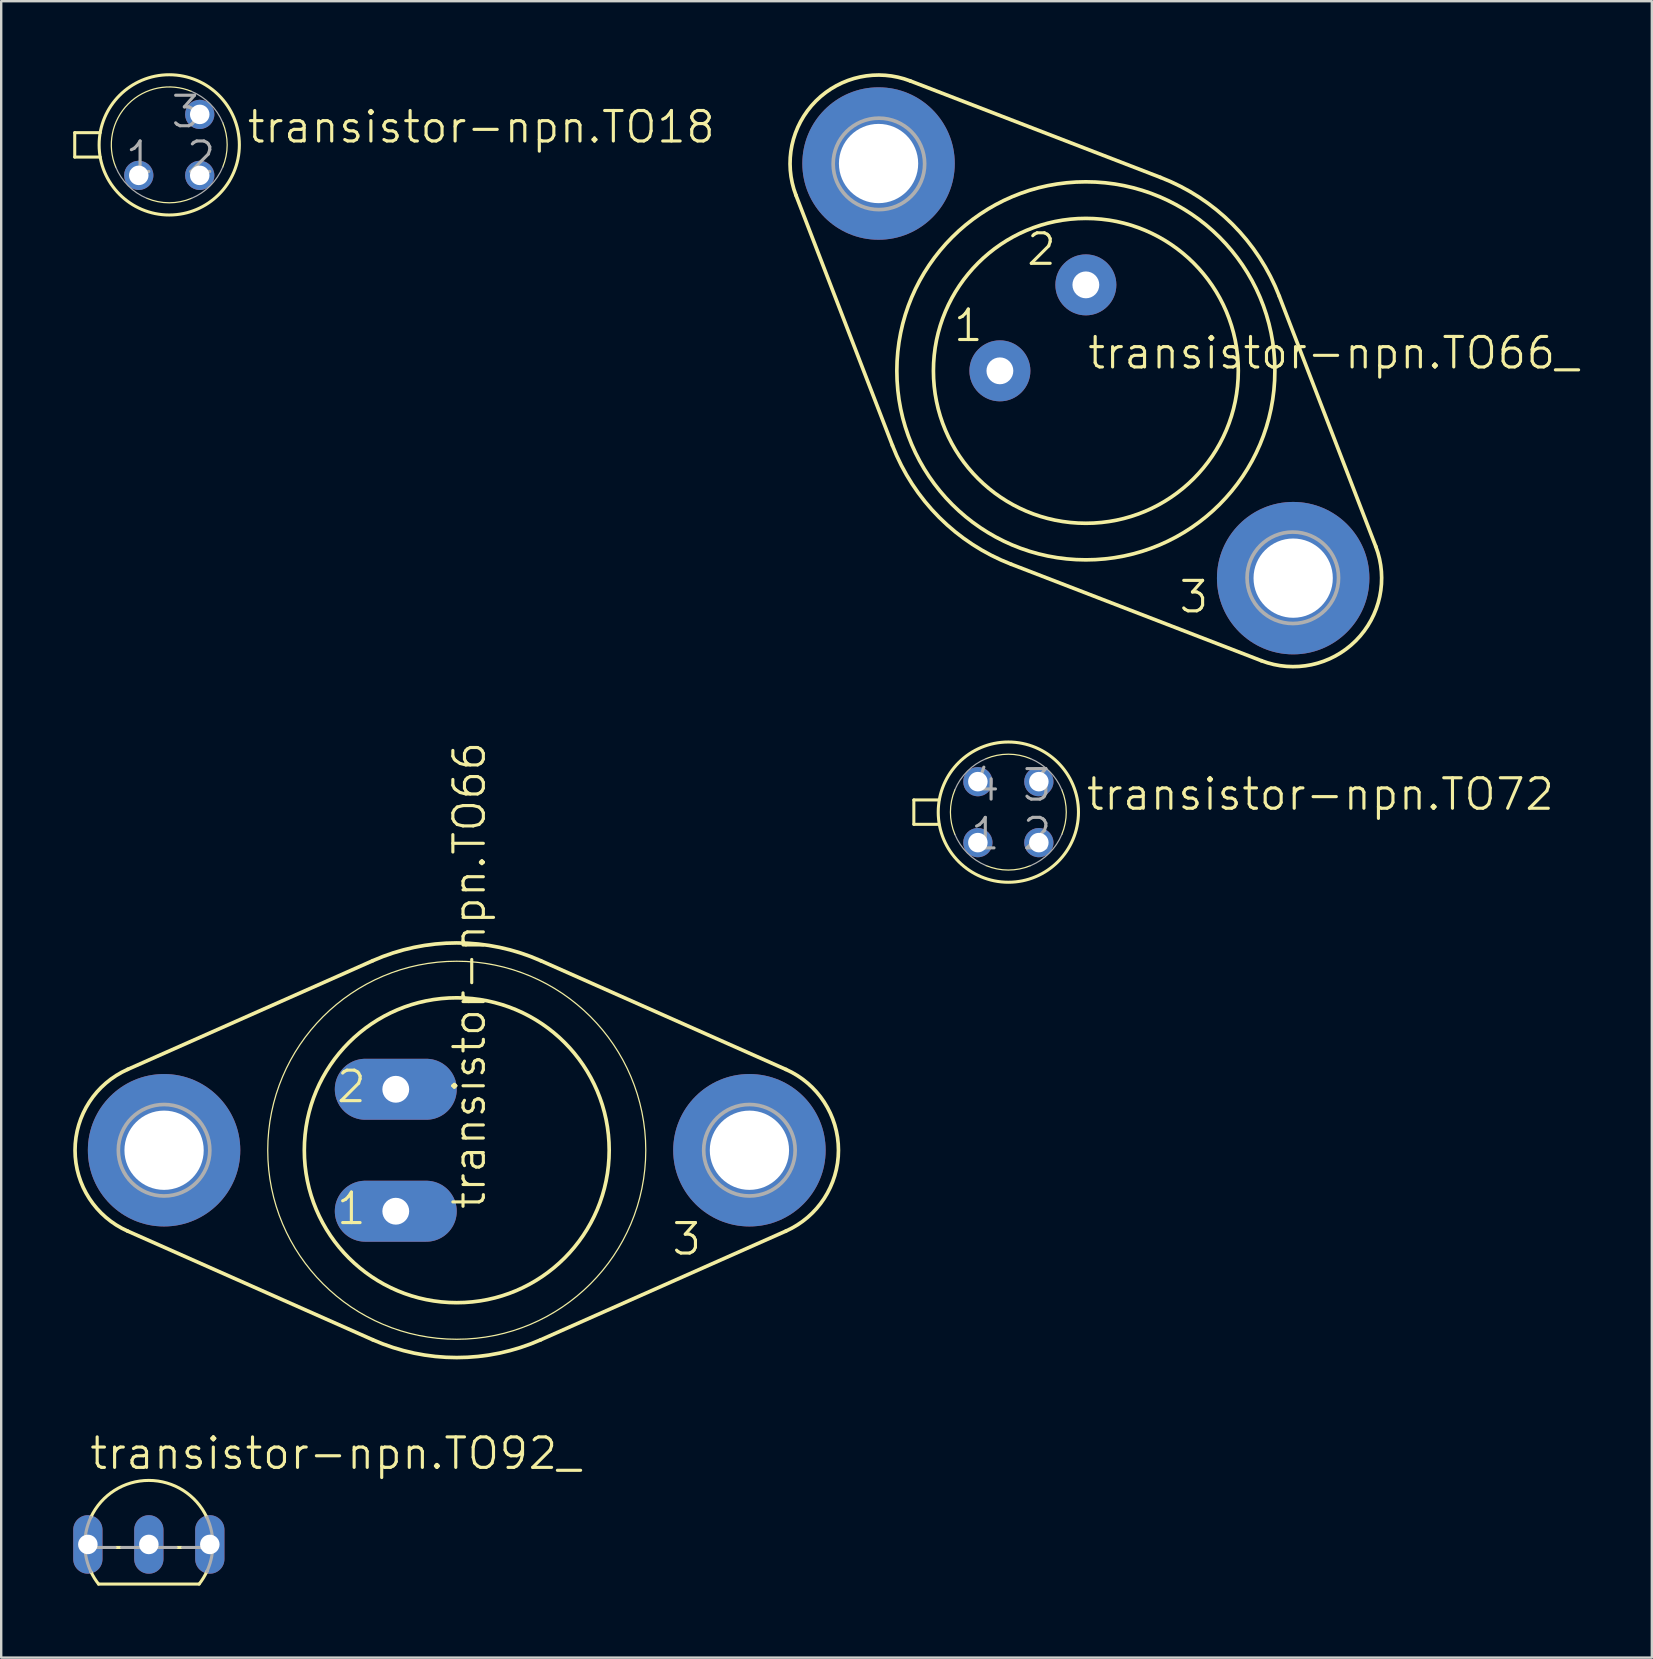
<source format=kicad_pcb>
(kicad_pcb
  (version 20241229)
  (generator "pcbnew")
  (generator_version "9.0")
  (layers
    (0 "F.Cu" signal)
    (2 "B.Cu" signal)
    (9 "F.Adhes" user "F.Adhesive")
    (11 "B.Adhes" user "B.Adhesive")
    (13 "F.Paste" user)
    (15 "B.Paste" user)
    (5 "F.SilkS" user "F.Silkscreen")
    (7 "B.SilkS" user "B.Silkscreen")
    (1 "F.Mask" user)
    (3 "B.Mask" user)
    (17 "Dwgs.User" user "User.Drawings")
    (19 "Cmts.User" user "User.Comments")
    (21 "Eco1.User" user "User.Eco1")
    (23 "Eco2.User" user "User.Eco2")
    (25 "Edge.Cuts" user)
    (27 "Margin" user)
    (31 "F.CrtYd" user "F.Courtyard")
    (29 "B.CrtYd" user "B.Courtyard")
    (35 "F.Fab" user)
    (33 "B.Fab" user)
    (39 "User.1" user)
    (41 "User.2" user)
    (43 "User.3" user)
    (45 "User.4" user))
  (footprint "transistor-npn.TO72"
    (layer "F.Cu")
    (at 38.955 30.781)
    (property "Reference" "transistor-npn.TO72" (at 3.175 0 0) (layer "F.SilkS") (effects (font (size 1.27 1.27) (thickness 0.13)) (justify left bottom)))
    (attr through_hole)
    (fp_line (start -3.937 -0.508) (end -2.896 -0.508) (stroke (width 0.127) (type default)) (layer "F.SilkS"))
    (fp_line (start -3.937 0.508) (end -3.937 -0.508) (stroke (width 0.127) (type default)) (layer "F.SilkS"))
    (fp_line (start -2.896 0.508) (end -3.937 0.508) (stroke (width 0.127) (type default)) (layer "F.SilkS"))
    (fp_arc (start -2.227 0.9289) (mid -2.412962 0) (end -2.227 -0.9289) (stroke (width 0.0508) (type default)) (layer "F.SilkS"))
    (fp_arc (start -0.9289 -2.227) (mid 0 -2.412962) (end 0.9289 -2.227) (stroke (width 0.0508) (type default)) (layer "F.SilkS"))
    (fp_arc (start 0.9289 2.227) (mid 0 2.412962) (end -0.9289 2.227) (stroke (width 0.0508) (type default)) (layer "F.SilkS"))
    (fp_arc (start 2.227 -0.9289) (mid 2.412962 0) (end 2.227 0.9289) (stroke (width 0.0508) (type default)) (layer "F.SilkS"))
    (fp_circle (center 0 0) (end 2.921 0) (stroke (width 0.127) (type default)) (fill no) (layer "F.SilkS"))
    (fp_arc (start -2.227 -0.9289) (mid -1.706222 -1.706222) (end -0.9289 -2.227) (stroke (width 0.0508) (type default)) (layer "F.Fab"))
    (fp_arc (start -0.9289 2.227) (mid -1.706222 1.706222) (end -2.227 0.9289) (stroke (width 0.0508) (type default)) (layer "F.Fab"))
    (fp_arc (start 0.9289 -2.227) (mid 1.706222 -1.706222) (end 2.227 -0.9289) (stroke (width 0.0508) (type default)) (layer "F.Fab"))
    (fp_arc (start 2.227 0.9289) (mid 1.706222 1.706222) (end 0.9289 2.227) (stroke (width 0.0508) (type default)) (layer "F.Fab"))
    (fp_text user "2" (at 0.508 1.651 0) (layer "F.Fab") (effects (font (size 1.27 1.27) (thickness 0.13)) (justify left bottom)))
    (fp_text user "1" (at -1.651 1.651 0) (layer "F.Fab") (effects (font (size 1.27 1.27) (thickness 0.13)) (justify left bottom)))
    (fp_text user "3" (at 0.508 -0.381 0) (layer "F.Fab") (effects (font (size 1.27 1.27) (thickness 0.13)) (justify left bottom)))
    (fp_text user "4" (at -1.651 -0.381 0) (layer "F.Fab") (effects (font (size 1.27 1.27) (thickness 0.13)) (justify left bottom)))
    (pad "1" thru_hole circle (at -1.27 1.27) (size 1.219 1.219) (drill 0.813) (layers "*.Cu" "*.Mask"))
    (pad "2" thru_hole circle (at 1.27 1.27) (size 1.219 1.219) (drill 0.813) (layers "*.Cu" "*.Mask"))
    (pad "3" thru_hole circle (at 1.27 -1.27) (size 1.219 1.219) (drill 0.813) (layers "*.Cu" "*.Mask"))
    (pad "4" thru_hole circle (at -1.27 -1.27) (size 1.219 1.219) (drill 0.813) (layers "*.Cu" "*.Mask")))
  (footprint "transistor-npn.TO66"
    (layer "F.Cu")
    (at 15.977 44.866)
    (property "Reference" "transistor-npn.TO66" (at 1.27 2.54 90) (layer "F.SilkS") (effects (font (size 1.27 1.27) (thickness 0.13)) (justify left bottom)))
    (attr through_hole)
    (fp_line (start -3.501 -7.895) (end -13.711 -3.367) (stroke (width 0.152) (type default)) (layer "F.SilkS"))
    (fp_line (start -3.501 7.895) (end -13.711 3.367) (stroke (width 0.152) (type default)) (layer "F.SilkS"))
    (fp_line (start 3.501 -7.895) (end 13.711 -3.367) (stroke (width 0.152) (type default)) (layer "F.SilkS"))
    (fp_line (start 3.501 7.895) (end 13.711 3.367) (stroke (width 0.152) (type default)) (layer "F.SilkS"))
    (fp_arc (start -13.711 3.367) (mid -15.900936 0.0002) (end -13.711 -3.3666) (stroke (width 0.1524) (type default)) (layer "F.SilkS"))
    (fp_arc (start -3.501 -7.895) (mid 0.0001 -8.636519) (end 3.5012 -7.895) (stroke (width 0.1524) (type default)) (layer "F.SilkS"))
    (fp_arc (start 3.5012 7.895) (mid 0.0001 8.636519) (end -3.501 7.895) (stroke (width 0.1524) (type default)) (layer "F.SilkS"))
    (fp_arc (start 13.711 -3.3666) (mid 15.900936 0.0002) (end 13.711 3.367) (stroke (width 0.1524) (type default)) (layer "F.SilkS"))
    (fp_circle (center 0 0) (end 6.35 0) (stroke (width 0.152) (type default)) (fill no) (layer "F.SilkS"))
    (fp_circle (center 0 0) (end 7.874 0) (stroke (width 0.051) (type default)) (fill no) (layer "F.SilkS"))
    (fp_circle (center -12.192 0) (end -10.287 0) (stroke (width 0.152) (type default)) (fill no) (layer "F.Fab"))
    (fp_circle (center 12.192 0) (end 14.097 0) (stroke (width 0.152) (type default)) (fill no) (layer "F.Fab"))
    (fp_text user "3" (at 8.89 4.445 0) (layer "F.SilkS") (effects (font (size 1.27 1.27) (thickness 0.13)) (justify left bottom)))
    (fp_text user "2" (at -5.08 -1.905 0) (layer "F.SilkS") (effects (font (size 1.27 1.27) (thickness 0.13)) (justify left bottom)))
    (fp_text user "1" (at -5.08 3.175 0) (layer "F.SilkS") (effects (font (size 1.27 1.27) (thickness 0.13)) (justify left bottom)))
    (pad "1" thru_hole oval (at -2.54 2.54) (size 5.08 2.54) (drill 1.118) (layers "*.Cu" "*.Mask"))
    (pad "2" thru_hole oval (at -2.54 -2.54) (size 5.08 2.54) (drill 1.118) (layers "*.Cu" "*.Mask"))
    (pad "3" thru_hole circle (at 12.192 0) (size 6.35 6.35) (drill 3.302) (layers "*.Cu" "*.Mask"))
    (pad "TO66" thru_hole circle (at -12.192 0) (size 6.35 6.35) (drill 3.302) (layers "*.Cu" "*.Mask")))
  (footprint "transistor-npn.TO18"
    (layer "F.Cu")
    (at 4 2.985)
    (property "Reference" "transistor-npn.TO18" (at 3.175 0 0) (layer "F.SilkS") (effects (font (size 1.27 1.27) (thickness 0.13)) (justify left bottom)))
    (attr through_hole)
    (fp_line (start -3.937 -0.508) (end -2.877 -0.508) (stroke (width 0.127) (type default)) (layer "F.SilkS"))
    (fp_line (start -3.937 0.508) (end -3.937 -0.508) (stroke (width 0.127) (type default)) (layer "F.SilkS"))
    (fp_line (start -3.937 0.508) (end -2.877 0.508) (stroke (width 0.127) (type default)) (layer "F.SilkS"))
    (fp_arc (start -2.227 0.9289) (mid -1.706187 -1.706287) (end 0.929 -2.2271) (stroke (width 0.0508) (type default)) (layer "F.SilkS"))
    (fp_arc (start 0.9289 2.227) (mid 0 2.412962) (end -0.9289 2.227) (stroke (width 0.0508) (type default)) (layer "F.SilkS"))
    (fp_arc (start 2.227 -0.9289) (mid 2.412962 0) (end 2.227 0.9289) (stroke (width 0.0508) (type default)) (layer "F.SilkS"))
    (fp_circle (center 0 0) (end 2.921 0) (stroke (width 0.127) (type default)) (fill no) (layer "F.SilkS"))
    (fp_arc (start -0.9289 2.227) (mid -1.706222 1.706222) (end -2.227 0.9289) (stroke (width 0.0508) (type default)) (layer "F.Fab"))
    (fp_arc (start 0.9289 -2.227) (mid 1.706222 -1.706222) (end 2.227 -0.9289) (stroke (width 0.0508) (type default)) (layer "F.Fab"))
    (fp_arc (start 2.227 0.9289) (mid 1.706222 1.706222) (end 0.9289 2.227) (stroke (width 0.0508) (type default)) (layer "F.Fab"))
    (fp_text user "1" (at -1.905 1.27 0) (layer "F.Fab") (effects (font (size 1.27 1.27) (thickness 0.13)) (justify left bottom)))
    (fp_text user "2" (at 0.635 1.27 0) (layer "F.Fab") (effects (font (size 1.27 1.27) (thickness 0.13)) (justify left bottom)))
    (fp_text user "3" (at 0 -0.635 0) (layer "F.Fab") (effects (font (size 1.27 1.27) (thickness 0.13)) (justify left bottom)))
    (pad "1" thru_hole circle (at -1.27 1.27) (size 1.219 1.219) (drill 0.813) (layers "*.Cu" "*.Mask"))
    (pad "2" thru_hole circle (at 1.27 1.27) (size 1.219 1.219) (drill 0.813) (layers "*.Cu" "*.Mask"))
    (pad "3" thru_hole circle (at 1.27 -1.27) (size 1.219 1.219) (drill 0.813) (layers "*.Cu" "*.Mask")))
  (footprint "transistor-npn.TO92_"
    (layer "F.Cu")
    (at 3.15 61.287)
    (property "Reference" "transistor-npn.TO92_" (at -2.54 -3.048 0) (layer "F.SilkS") (effects (font (size 1.27 1.27) (thickness 0.13)) (justify left bottom)))
    (attr through_hole)
    (fp_line (start -2.095 1.651) (end 2.095 1.651) (stroke (width 0.127) (type default)) (layer "F.SilkS"))
    (fp_line (start -1.136 0.127) (end -1.404 0.127) (stroke (width 0.127) (type default)) (layer "F.SilkS"))
    (fp_line (start 1.404 0.127) (end 1.136 0.127) (stroke (width 0.127) (type default)) (layer "F.SilkS"))
    (fp_arc (start -2.413 -1.1359) (mid 0 -2.666985) (end 2.413 -1.1359) (stroke (width 0.127) (type default)) (layer "F.SilkS"))
    (fp_arc (start -2.0945 1.651) (mid -2.268418 1.40252) (end -2.413 1.1359) (stroke (width 0.127) (type default)) (layer "F.SilkS"))
    (fp_arc (start 2.4242 1.1118) (mid 2.275378 1.391201) (end 2.0945 1.651) (stroke (width 0.127) (type default)) (layer "F.SilkS"))
    (fp_line (start -1.404 0.127) (end -2.664 0.127) (stroke (width 0.127) (type default)) (layer "F.Fab"))
    (fp_line (start 1.136 0.127) (end -1.136 0.127) (stroke (width 0.127) (type default)) (layer "F.Fab"))
    (fp_line (start 2.664 0.127) (end 1.404 0.127) (stroke (width 0.127) (type default)) (layer "F.Fab"))
    (fp_arc (start -2.664 0.127) (mid -2.615858 -0.519825) (end -2.413 -1.1359) (stroke (width 0.127) (type default)) (layer "F.Fab"))
    (fp_arc (start -2.413 1.1359) (mid -2.588137 0.643799) (end -2.664 0.127) (stroke (width 0.127) (type default)) (layer "F.Fab"))
    (fp_arc (start 2.413 -1.1359) (mid 2.615858 -0.519825) (end 2.664 0.127) (stroke (width 0.127) (type default)) (layer "F.Fab"))
    (fp_arc (start 2.664 0.127) (mid 2.588137 0.643799) (end 2.413 1.1359) (stroke (width 0.127) (type default)) (layer "F.Fab"))
    (pad "1" thru_hole oval (at 2.54 0 90) (size 2.438 1.219) (drill 0.813) (layers "*.Cu" "*.Mask"))
    (pad "2" thru_hole oval (at 0 0 90) (size 2.438 1.219) (drill 0.813) (layers "*.Cu" "*.Mask"))
    (pad "3" thru_hole oval (at -2.54 0 90) (size 2.438 1.219) (drill 0.813) (layers "*.Cu" "*.Mask")))
  (footprint "transistor-npn.TO66_"
    (layer "F.Cu")
    (at 42.184 12.398)
    (property "Reference" "transistor-npn.TO66_" (at 0 0 0) (layer "F.SilkS") (effects (font (size 1.27 1.27) (thickness 0.13)) (justify left bottom)))
    (attr through_hole)
    (fp_line (start -8.058 3.107) (end -12.076 -7.314) (stroke (width 0.152) (type default)) (layer "F.SilkS"))
    (fp_line (start -3.107 8.058) (end 7.314 12.076) (stroke (width 0.152) (type default)) (layer "F.SilkS"))
    (fp_line (start 3.107 -8.058) (end -7.314 -12.076) (stroke (width 0.152) (type default)) (layer "F.SilkS"))
    (fp_line (start 8.058 -3.107) (end 12.076 7.314) (stroke (width 0.152) (type default)) (layer "F.SilkS"))
    (fp_arc (start -12.076 -7.314) (mid -11.243812 -11.243212) (end -7.3146 -12.0754) (stroke (width 0.1524) (type default)) (layer "F.SilkS"))
    (fp_arc (start -3.1067 8.0582) (mid -6.106677 6.106937) (end -8.058 3.107) (stroke (width 0.1524) (type default)) (layer "F.SilkS"))
    (fp_arc (start 3.107 -8.058) (mid 6.107043 -6.106704) (end 8.0584 -3.1067) (stroke (width 0.1524) (type default)) (layer "F.SilkS"))
    (fp_arc (start 12.0754 7.3146) (mid 11.243212 11.243812) (end 7.314 12.076) (stroke (width 0.1524) (type default)) (layer "F.SilkS"))
    (fp_circle (center 0 0) (end 6.35 0) (stroke (width 0.152) (type default)) (fill no) (layer "F.SilkS"))
    (fp_circle (center 0 0) (end 7.874 0) (stroke (width 0.152) (type default)) (fill no) (layer "F.SilkS"))
    (fp_circle (center -8.621 -8.621) (end -6.716 -8.621) (stroke (width 0.152) (type default)) (fill no) (layer "F.Fab"))
    (fp_circle (center 8.621 8.621) (end 10.526 8.621) (stroke (width 0.152) (type default)) (fill no) (layer "F.Fab"))
    (fp_text user "2" (at -2.54 -4.318 0) (layer "F.SilkS") (effects (font (size 1.27 1.27) (thickness 0.13)) (justify left bottom)))
    (fp_text user "3" (at 3.81 10.16 0) (layer "F.SilkS") (effects (font (size 1.27 1.27) (thickness 0.13)) (justify left bottom)))
    (fp_text user "1" (at -5.588 -1.143 0) (layer "F.SilkS") (effects (font (size 1.27 1.27) (thickness 0.13)) (justify left bottom)))
    (pad "1" thru_hole circle (at -3.581 0) (size 2.54 2.54) (drill 1.118) (layers "*.Cu" "*.Mask"))
    (pad "2" thru_hole circle (at 0 -3.581) (size 2.54 2.54) (drill 1.118) (layers "*.Cu" "*.Mask"))
    (pad "3" thru_hole circle (at 8.636 8.636) (size 6.35 6.35) (drill 3.302) (layers "*.Cu" "*.Mask"))
    (pad "TO66" thru_hole circle (at -8.636 -8.636) (size 6.35 6.35) (drill 3.302) (layers "*.Cu" "*.Mask")))
  (gr_rect
    (start -3 -3)
    (end 65.761 66.001)
    (stroke (width 0.1) (type default))
    (fill no)
    (layer "Edge.Cuts")))
</source>
